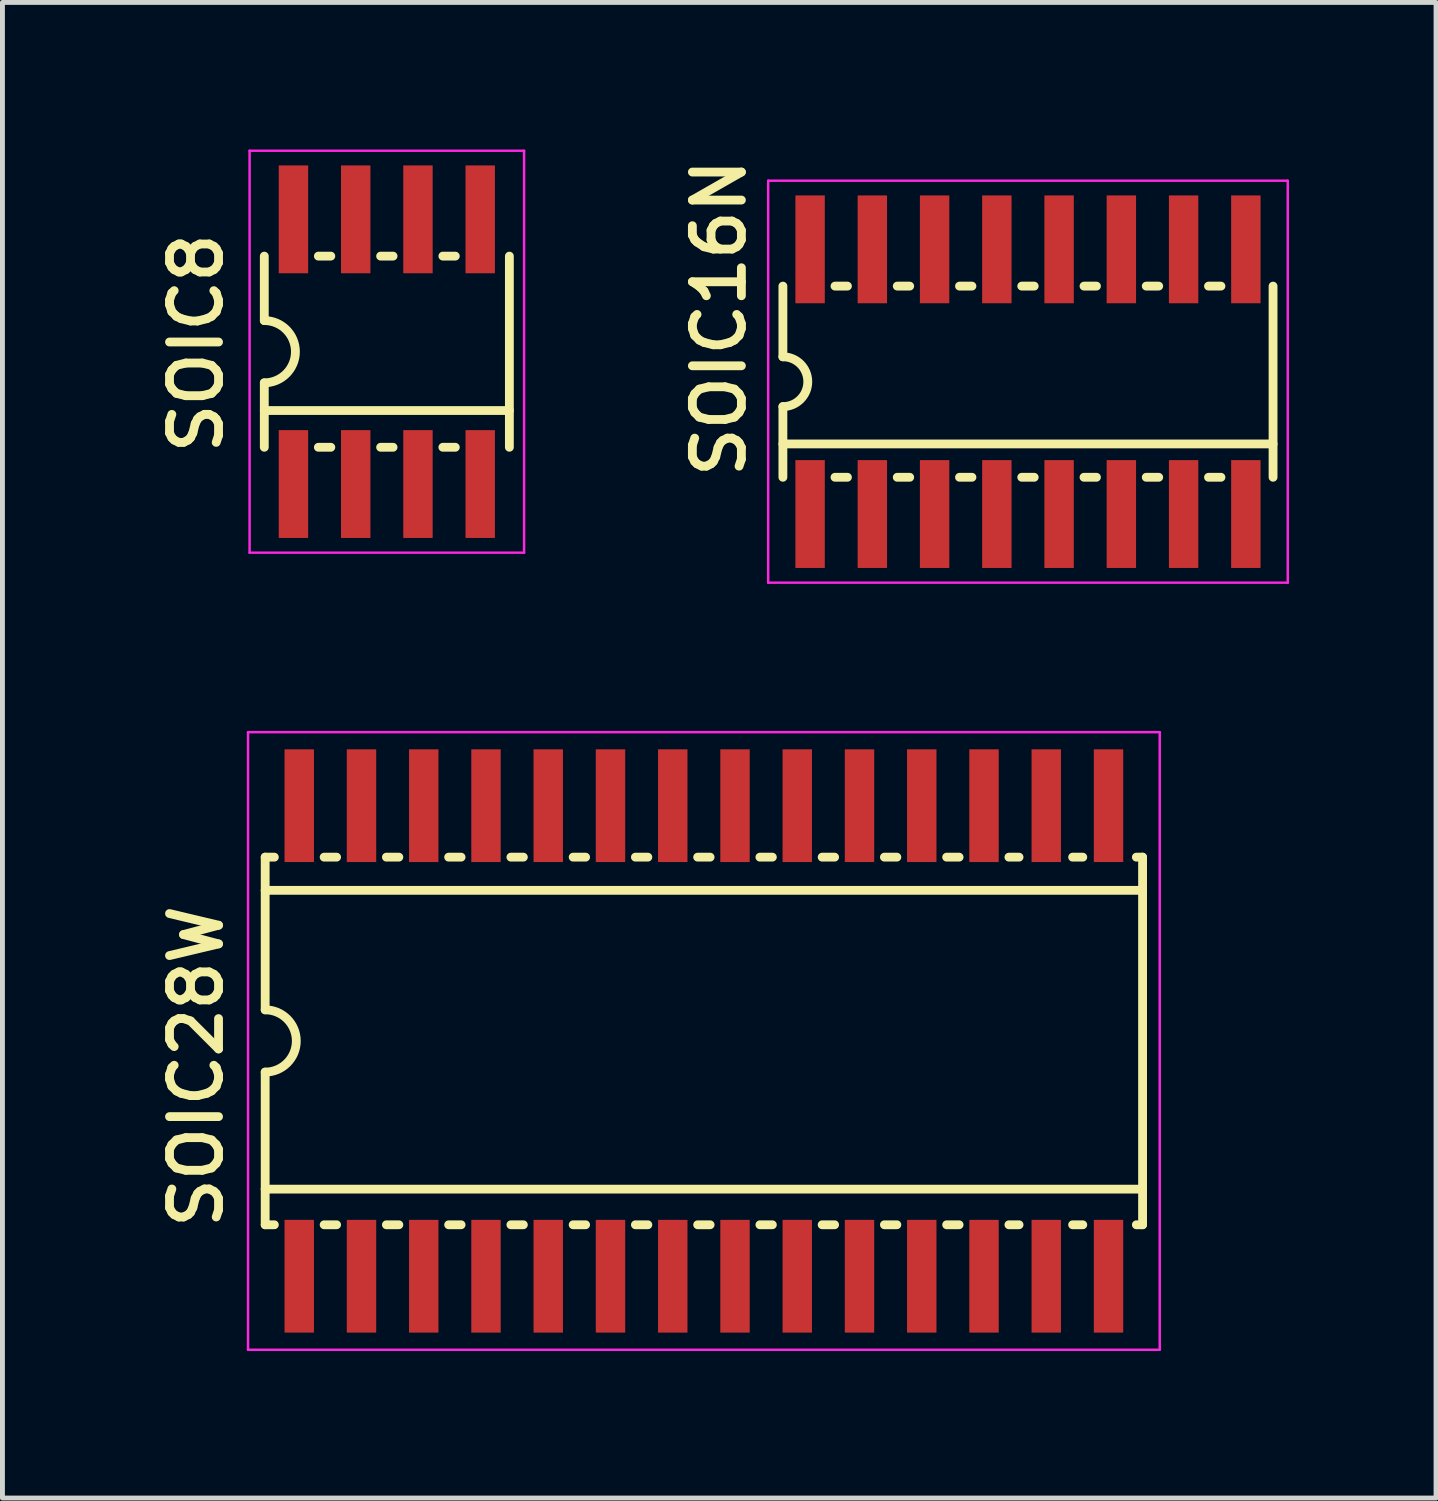
<source format=kicad_pcb>
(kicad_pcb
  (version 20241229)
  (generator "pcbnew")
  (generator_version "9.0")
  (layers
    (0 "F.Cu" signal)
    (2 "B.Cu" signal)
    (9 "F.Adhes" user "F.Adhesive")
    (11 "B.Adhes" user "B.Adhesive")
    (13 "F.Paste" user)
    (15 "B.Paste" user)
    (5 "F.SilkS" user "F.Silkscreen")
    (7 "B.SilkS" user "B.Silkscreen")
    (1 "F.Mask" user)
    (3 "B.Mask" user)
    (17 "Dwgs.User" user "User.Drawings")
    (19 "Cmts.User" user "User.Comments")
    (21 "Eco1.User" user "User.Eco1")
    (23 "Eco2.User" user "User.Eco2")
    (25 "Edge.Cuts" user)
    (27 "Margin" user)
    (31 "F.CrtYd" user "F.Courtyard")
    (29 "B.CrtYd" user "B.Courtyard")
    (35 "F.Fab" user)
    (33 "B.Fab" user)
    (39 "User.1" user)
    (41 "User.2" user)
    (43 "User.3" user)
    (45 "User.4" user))
  (footprint "SOIC28W"
    (layer "F.Cu")
    (at 11.31 18.187)
    (property "Reference" "SOIC28W" (at -9.77 3.9 90) (layer "F.SilkS") (effects (font (size 1 1) (thickness 0.18)) (justify left bottom)))
    (attr through_hole)
    (fp_line (start -8.95 -3.75) (end -8.763 -3.75) (stroke (width 0.18) (type solid)) (layer "F.SilkS"))
    (fp_line (start -8.95 -3.073) (end 8.95 -3.073) (stroke (width 0.18) (type solid)) (layer "F.SilkS"))
    (fp_line (start -8.95 -0.635) (end -8.95 -3.75) (stroke (width 0.18) (type solid)) (layer "F.SilkS"))
    (fp_line (start -8.95 3.023) (end 8.95 3.023) (stroke (width 0.18) (type solid)) (layer "F.SilkS"))
    (fp_line (start -8.95 3.75) (end -8.95 0.635) (stroke (width 0.18) (type solid)) (layer "F.SilkS"))
    (fp_line (start -8.95 3.75) (end -8.763 3.75) (stroke (width 0.18) (type solid)) (layer "F.SilkS"))
    (fp_line (start -7.747 -3.75) (end -7.493 -3.75) (stroke (width 0.18) (type solid)) (layer "F.SilkS"))
    (fp_line (start -7.747 3.75) (end -7.493 3.75) (stroke (width 0.18) (type solid)) (layer "F.SilkS"))
    (fp_line (start -6.477 -3.75) (end -6.223 -3.75) (stroke (width 0.18) (type solid)) (layer "F.SilkS"))
    (fp_line (start -6.477 3.75) (end -6.223 3.75) (stroke (width 0.18) (type solid)) (layer "F.SilkS"))
    (fp_line (start -5.207 -3.75) (end -4.953 -3.75) (stroke (width 0.18) (type solid)) (layer "F.SilkS"))
    (fp_line (start -5.207 3.75) (end -4.953 3.75) (stroke (width 0.18) (type solid)) (layer "F.SilkS"))
    (fp_line (start -3.937 -3.75) (end -3.683 -3.75) (stroke (width 0.18) (type solid)) (layer "F.SilkS"))
    (fp_line (start -3.937 3.75) (end -3.683 3.75) (stroke (width 0.18) (type solid)) (layer "F.SilkS"))
    (fp_line (start -2.667 -3.75) (end -2.413 -3.75) (stroke (width 0.18) (type solid)) (layer "F.SilkS"))
    (fp_line (start -2.667 3.75) (end -2.413 3.75) (stroke (width 0.18) (type solid)) (layer "F.SilkS"))
    (fp_line (start -1.397 -3.75) (end -1.143 -3.75) (stroke (width 0.18) (type solid)) (layer "F.SilkS"))
    (fp_line (start -1.397 3.75) (end -1.143 3.75) (stroke (width 0.18) (type solid)) (layer "F.SilkS"))
    (fp_line (start -0.127 -3.75) (end 0.127 -3.75) (stroke (width 0.18) (type solid)) (layer "F.SilkS"))
    (fp_line (start -0.127 3.75) (end 0.127 3.75) (stroke (width 0.18) (type solid)) (layer "F.SilkS"))
    (fp_line (start 1.143 -3.75) (end 1.397 -3.75) (stroke (width 0.18) (type solid)) (layer "F.SilkS"))
    (fp_line (start 1.143 3.75) (end 1.397 3.75) (stroke (width 0.18) (type solid)) (layer "F.SilkS"))
    (fp_line (start 2.413 -3.75) (end 2.667 -3.75) (stroke (width 0.18) (type solid)) (layer "F.SilkS"))
    (fp_line (start 2.413 3.75) (end 2.667 3.75) (stroke (width 0.18) (type solid)) (layer "F.SilkS"))
    (fp_line (start 3.683 -3.75) (end 3.937 -3.75) (stroke (width 0.18) (type solid)) (layer "F.SilkS"))
    (fp_line (start 3.683 3.75) (end 3.937 3.75) (stroke (width 0.18) (type solid)) (layer "F.SilkS"))
    (fp_line (start 4.953 -3.75) (end 5.207 -3.75) (stroke (width 0.18) (type solid)) (layer "F.SilkS"))
    (fp_line (start 4.953 3.75) (end 5.207 3.75) (stroke (width 0.18) (type solid)) (layer "F.SilkS"))
    (fp_line (start 6.223 -3.75) (end 6.43 -3.75) (stroke (width 0.18) (type solid)) (layer "F.SilkS"))
    (fp_line (start 6.223 3.75) (end 6.43 3.75) (stroke (width 0.18) (type solid)) (layer "F.SilkS"))
    (fp_line (start 7.523 -3.75) (end 7.73 -3.75) (stroke (width 0.18) (type solid)) (layer "F.SilkS"))
    (fp_line (start 7.523 3.75) (end 7.73 3.75) (stroke (width 0.18) (type solid)) (layer "F.SilkS"))
    (fp_line (start 8.823 -3.75) (end 8.95 -3.75) (stroke (width 0.18) (type solid)) (layer "F.SilkS"))
    (fp_line (start 8.823 3.75) (end 8.95 3.75) (stroke (width 0.18) (type solid)) (layer "F.SilkS"))
    (fp_line (start 8.95 -3.75) (end 8.95 3.75) (stroke (width 0.18) (type solid)) (layer "F.SilkS"))
    (fp_arc (start -8.95 -0.635) (mid -8.315 0) (end -8.95 0.635) (stroke (width 0.18) (type solid)) (layer "F.SilkS"))
    (fp_line (start -9.3 -6.3) (end 9.3 -6.3) (stroke (width 0.05) (type solid)) (layer "F.CrtYd"))
    (fp_line (start -9.3 6.3) (end -9.3 -6.3) (stroke (width 0.05) (type solid)) (layer "F.CrtYd"))
    (fp_line (start 9.3 -6.3) (end 9.3 6.3) (stroke (width 0.05) (type solid)) (layer "F.CrtYd"))
    (fp_line (start 9.3 6.3) (end -9.3 6.3) (stroke (width 0.05) (type solid)) (layer "F.CrtYd"))
    (pad "1" smd rect (at -8.255 4.8) (size 0.6 2.3) (layers "F.Cu" "F.Mask" "F.Paste"))
    (pad "2" smd rect (at -6.985 4.8) (size 0.6 2.3) (layers "F.Cu" "F.Mask" "F.Paste"))
    (pad "3" smd rect (at -5.715 4.8) (size 0.6 2.3) (layers "F.Cu" "F.Mask" "F.Paste"))
    (pad "4" smd rect (at -4.445 4.8) (size 0.6 2.3) (layers "F.Cu" "F.Mask" "F.Paste"))
    (pad "5" smd rect (at -3.175 4.8) (size 0.6 2.3) (layers "F.Cu" "F.Mask" "F.Paste"))
    (pad "6" smd rect (at -1.905 4.8) (size 0.6 2.3) (layers "F.Cu" "F.Mask" "F.Paste"))
    (pad "7" smd rect (at -0.635 4.8) (size 0.6 2.3) (layers "F.Cu" "F.Mask" "F.Paste"))
    (pad "8" smd rect (at 0.635 4.8) (size 0.6 2.3) (layers "F.Cu" "F.Mask" "F.Paste"))
    (pad "9" smd rect (at 1.905 4.8) (size 0.6 2.3) (layers "F.Cu" "F.Mask" "F.Paste"))
    (pad "10" smd rect (at 3.175 4.8) (size 0.6 2.3) (layers "F.Cu" "F.Mask" "F.Paste"))
    (pad "11" smd rect (at 4.445 4.8) (size 0.6 2.3) (layers "F.Cu" "F.Mask" "F.Paste"))
    (pad "12" smd rect (at 5.715 4.8) (size 0.6 2.3) (layers "F.Cu" "F.Mask" "F.Paste"))
    (pad "13" smd rect (at 6.985 4.8) (size 0.6 2.3) (layers "F.Cu" "F.Mask" "F.Paste"))
    (pad "14" smd rect (at 8.255 4.8) (size 0.6 2.3) (layers "F.Cu" "F.Mask" "F.Paste"))
    (pad "15" smd rect (at 8.255 -4.8) (size 0.6 2.3) (layers "F.Cu" "F.Mask" "F.Paste"))
    (pad "16" smd rect (at 6.985 -4.8) (size 0.6 2.3) (layers "F.Cu" "F.Mask" "F.Paste"))
    (pad "17" smd rect (at 5.715 -4.8) (size 0.6 2.3) (layers "F.Cu" "F.Mask" "F.Paste"))
    (pad "18" smd rect (at 4.445 -4.8) (size 0.6 2.3) (layers "F.Cu" "F.Mask" "F.Paste"))
    (pad "19" smd rect (at 3.175 -4.8) (size 0.6 2.3) (layers "F.Cu" "F.Mask" "F.Paste"))
    (pad "20" smd rect (at 1.905 -4.8) (size 0.6 2.3) (layers "F.Cu" "F.Mask" "F.Paste"))
    (pad "21" smd rect (at 0.635 -4.8) (size 0.6 2.3) (layers "F.Cu" "F.Mask" "F.Paste"))
    (pad "22" smd rect (at -0.635 -4.8) (size 0.6 2.3) (layers "F.Cu" "F.Mask" "F.Paste"))
    (pad "23" smd rect (at -1.905 -4.8) (size 0.6 2.3) (layers "F.Cu" "F.Mask" "F.Paste"))
    (pad "24" smd rect (at -3.175 -4.8) (size 0.6 2.3) (layers "F.Cu" "F.Mask" "F.Paste"))
    (pad "25" smd rect (at -4.445 -4.8) (size 0.6 2.3) (layers "F.Cu" "F.Mask" "F.Paste"))
    (pad "26" smd rect (at -5.715 -4.8) (size 0.6 2.3) (layers "F.Cu" "F.Mask" "F.Paste"))
    (pad "27" smd rect (at -6.985 -4.8) (size 0.6 2.3) (layers "F.Cu" "F.Mask" "F.Paste"))
    (pad "28" smd rect (at -8.255 -4.8) (size 0.6 2.3) (layers "F.Cu" "F.Mask" "F.Paste")))
  (footprint "SOIC16N"
    (layer "F.Cu")
    (at 17.922 4.737)
    (property "Reference" "SOIC16N" (at -5.715 2.032 90) (layer "F.SilkS") (effects (font (size 1 1) (thickness 0.18)) (justify left bottom)))
    (attr through_hole)
    (fp_line (start -5 -1.95) (end -5 -0.508) (stroke (width 0.18) (type solid)) (layer "F.SilkS"))
    (fp_line (start -5 0.508) (end -5 1.95) (stroke (width 0.18) (type solid)) (layer "F.SilkS"))
    (fp_line (start -5 1.27) (end 5 1.27) (stroke (width 0.18) (type solid)) (layer "F.SilkS"))
    (fp_line (start -3.937 -1.95) (end -3.683 -1.95) (stroke (width 0.18) (type solid)) (layer "F.SilkS"))
    (fp_line (start -3.937 1.95) (end -3.683 1.95) (stroke (width 0.18) (type solid)) (layer "F.SilkS"))
    (fp_line (start -2.667 -1.95) (end -2.413 -1.95) (stroke (width 0.18) (type solid)) (layer "F.SilkS"))
    (fp_line (start -2.667 1.95) (end -2.413 1.95) (stroke (width 0.18) (type solid)) (layer "F.SilkS"))
    (fp_line (start -1.397 -1.95) (end -1.143 -1.95) (stroke (width 0.18) (type solid)) (layer "F.SilkS"))
    (fp_line (start -1.397 1.95) (end -1.143 1.95) (stroke (width 0.18) (type solid)) (layer "F.SilkS"))
    (fp_line (start -0.127 -1.95) (end 0.127 -1.95) (stroke (width 0.18) (type solid)) (layer "F.SilkS"))
    (fp_line (start -0.127 1.95) (end 0.127 1.95) (stroke (width 0.18) (type solid)) (layer "F.SilkS"))
    (fp_line (start 1.143 -1.95) (end 1.397 -1.95) (stroke (width 0.18) (type solid)) (layer "F.SilkS"))
    (fp_line (start 1.143 1.95) (end 1.397 1.95) (stroke (width 0.18) (type solid)) (layer "F.SilkS"))
    (fp_line (start 2.413 -1.95) (end 2.667 -1.95) (stroke (width 0.18) (type solid)) (layer "F.SilkS"))
    (fp_line (start 2.413 1.95) (end 2.667 1.95) (stroke (width 0.18) (type solid)) (layer "F.SilkS"))
    (fp_line (start 3.683 -1.95) (end 3.937 -1.95) (stroke (width 0.18) (type solid)) (layer "F.SilkS"))
    (fp_line (start 3.683 1.95) (end 3.937 1.95) (stroke (width 0.18) (type solid)) (layer "F.SilkS"))
    (fp_line (start 5 1.95) (end 5 -1.95) (stroke (width 0.18) (type solid)) (layer "F.SilkS"))
    (fp_arc (start -5 -0.508) (mid -4.492 0) (end -5 0.508) (stroke (width 0.18) (type solid)) (layer "F.SilkS"))
    (fp_line (start -5.3 -4.1) (end 5.3 -4.1) (stroke (width 0.05) (type solid)) (layer "F.CrtYd"))
    (fp_line (start -5.3 4.1) (end -5.3 -4.1) (stroke (width 0.05) (type solid)) (layer "F.CrtYd"))
    (fp_line (start 5.3 -4.1) (end 5.3 4.1) (stroke (width 0.05) (type solid)) (layer "F.CrtYd"))
    (fp_line (start 5.3 4.1) (end -5.3 4.1) (stroke (width 0.05) (type solid)) (layer "F.CrtYd"))
    (pad "1" smd rect (at -4.445 2.7) (size 0.6 2.2) (layers "F.Cu" "F.Mask" "F.Paste"))
    (pad "2" smd rect (at -3.175 2.7) (size 0.6 2.2) (layers "F.Cu" "F.Mask" "F.Paste"))
    (pad "3" smd rect (at -1.905 2.7) (size 0.6 2.2) (layers "F.Cu" "F.Mask" "F.Paste"))
    (pad "4" smd rect (at -0.635 2.7) (size 0.6 2.2) (layers "F.Cu" "F.Mask" "F.Paste"))
    (pad "5" smd rect (at 0.635 2.7) (size 0.6 2.2) (layers "F.Cu" "F.Mask" "F.Paste"))
    (pad "6" smd rect (at 1.905 2.7) (size 0.6 2.2) (layers "F.Cu" "F.Mask" "F.Paste"))
    (pad "7" smd rect (at 3.175 2.7) (size 0.6 2.2) (layers "F.Cu" "F.Mask" "F.Paste"))
    (pad "8" smd rect (at 4.445 2.7) (size 0.6 2.2) (layers "F.Cu" "F.Mask" "F.Paste"))
    (pad "9" smd rect (at 4.445 -2.7) (size 0.6 2.2) (layers "F.Cu" "F.Mask" "F.Paste"))
    (pad "10" smd rect (at 3.175 -2.7) (size 0.6 2.2) (layers "F.Cu" "F.Mask" "F.Paste"))
    (pad "11" smd rect (at 1.905 -2.7) (size 0.6 2.2) (layers "F.Cu" "F.Mask" "F.Paste"))
    (pad "12" smd rect (at 0.635 -2.7) (size 0.6 2.2) (layers "F.Cu" "F.Mask" "F.Paste"))
    (pad "13" smd rect (at -0.635 -2.7) (size 0.6 2.2) (layers "F.Cu" "F.Mask" "F.Paste"))
    (pad "14" smd rect (at -1.905 -2.7) (size 0.6 2.2) (layers "F.Cu" "F.Mask" "F.Paste"))
    (pad "15" smd rect (at -3.175 -2.7) (size 0.6 2.2) (layers "F.Cu" "F.Mask" "F.Paste"))
    (pad "16" smd rect (at -4.445 -2.7) (size 0.6 2.2) (layers "F.Cu" "F.Mask" "F.Paste")))
  (footprint "SOIC8"
    (layer "F.Cu")
    (at 4.842 4.125)
    (property "Reference" "SOIC8" (at -3.302 2.159 90) (layer "F.SilkS") (effects (font (size 1 1) (thickness 0.18)) (justify left bottom)))
    (attr through_hole)
    (fp_line (start -2.5 -0.635) (end -2.5 -1.95) (stroke (width 0.18) (type solid)) (layer "F.SilkS"))
    (fp_line (start -2.5 1.95) (end -2.5 0.635) (stroke (width 0.18) (type solid)) (layer "F.SilkS"))
    (fp_line (start -1.397 -1.95) (end -1.143 -1.95) (stroke (width 0.18) (type solid)) (layer "F.SilkS"))
    (fp_line (start -1.397 1.95) (end -1.143 1.95) (stroke (width 0.18) (type solid)) (layer "F.SilkS"))
    (fp_line (start -0.127 -1.95) (end 0.127 -1.95) (stroke (width 0.18) (type solid)) (layer "F.SilkS"))
    (fp_line (start -0.127 1.95) (end 0.127 1.95) (stroke (width 0.18) (type solid)) (layer "F.SilkS"))
    (fp_line (start 1.143 -1.95) (end 1.397 -1.95) (stroke (width 0.18) (type solid)) (layer "F.SilkS"))
    (fp_line (start 1.143 1.95) (end 1.397 1.95) (stroke (width 0.18) (type solid)) (layer "F.SilkS"))
    (fp_line (start 2.5 -1.95) (end 2.5 1.95) (stroke (width 0.18) (type solid)) (layer "F.SilkS"))
    (fp_line (start 2.5 1.2) (end -2.5 1.2) (stroke (width 0.18) (type solid)) (layer "F.SilkS"))
    (fp_arc (start -2.5 -0.635) (mid -1.865 0) (end -2.5 0.635) (stroke (width 0.18) (type solid)) (layer "F.SilkS"))
    (fp_line (start -2.8 -4.1) (end 2.8 -4.1) (stroke (width 0.05) (type solid)) (layer "F.CrtYd"))
    (fp_line (start -2.8 4.1) (end -2.8 -4.1) (stroke (width 0.05) (type solid)) (layer "F.CrtYd"))
    (fp_line (start 2.8 -4.1) (end 2.8 4.1) (stroke (width 0.05) (type solid)) (layer "F.CrtYd"))
    (fp_line (start 2.8 4.1) (end -2.8 4.1) (stroke (width 0.05) (type solid)) (layer "F.CrtYd"))
    (pad "1" smd rect (at -1.905 2.7) (size 0.6 2.2) (layers "F.Cu" "F.Mask" "F.Paste"))
    (pad "2" smd rect (at -0.635 2.7) (size 0.6 2.2) (layers "F.Cu" "F.Mask" "F.Paste"))
    (pad "3" smd rect (at 0.635 2.7) (size 0.6 2.2) (layers "F.Cu" "F.Mask" "F.Paste"))
    (pad "4" smd rect (at 1.905 2.7) (size 0.6 2.2) (layers "F.Cu" "F.Mask" "F.Paste"))
    (pad "5" smd rect (at 1.905 -2.7) (size 0.6 2.2) (layers "F.Cu" "F.Mask" "F.Paste"))
    (pad "6" smd rect (at 0.635 -2.7) (size 0.6 2.2) (layers "F.Cu" "F.Mask" "F.Paste"))
    (pad "7" smd rect (at -0.635 -2.7) (size 0.6 2.2) (layers "F.Cu" "F.Mask" "F.Paste"))
    (pad "8" smd rect (at -1.905 -2.7) (size 0.6 2.2) (layers "F.Cu" "F.Mask" "F.Paste")))
  (gr_rect
    (start -3 -3)
    (end 26.247 27.512)
    (stroke (width 0.1) (type default))
    (fill no)
    (layer "Edge.Cuts")))
</source>
